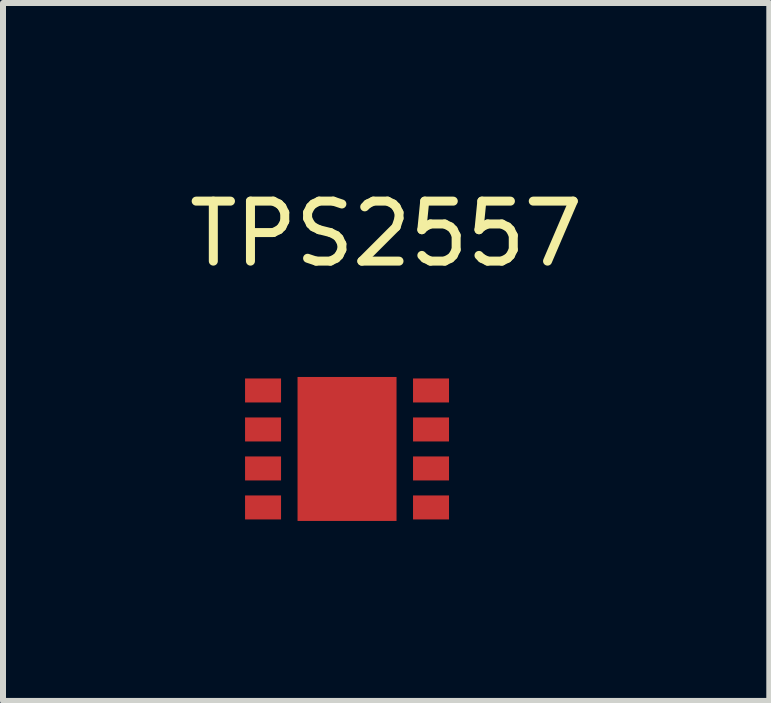
<source format=kicad_pcb>
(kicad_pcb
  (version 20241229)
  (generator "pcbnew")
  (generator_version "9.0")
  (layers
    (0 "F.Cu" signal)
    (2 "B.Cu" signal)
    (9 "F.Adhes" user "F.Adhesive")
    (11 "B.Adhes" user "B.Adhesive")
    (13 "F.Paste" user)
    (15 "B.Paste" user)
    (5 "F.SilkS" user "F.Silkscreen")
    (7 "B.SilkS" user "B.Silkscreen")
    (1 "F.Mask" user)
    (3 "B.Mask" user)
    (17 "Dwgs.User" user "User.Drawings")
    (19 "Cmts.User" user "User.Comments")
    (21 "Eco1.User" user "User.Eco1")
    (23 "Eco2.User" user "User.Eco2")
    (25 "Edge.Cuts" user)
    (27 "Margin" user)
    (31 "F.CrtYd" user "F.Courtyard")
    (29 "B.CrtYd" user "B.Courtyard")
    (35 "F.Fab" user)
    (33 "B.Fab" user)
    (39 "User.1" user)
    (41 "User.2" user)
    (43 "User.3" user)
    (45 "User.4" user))
  (footprint "TPS2557"
    (layer "F.Cu")
    (at 1.335 3.459)
    (property "Reference" "TPS2557" (at 2.052 -2.611 0) (layer "F.SilkS") (effects (font (size 1 1) (thickness 0.15))))
    (attr through_hole)
    (pad "1" smd rect (at 0 0) (size 0.6 0.4) (layers "F.Cu" "F.Mask" "F.Paste"))
    (pad "1" smd rect (at 1.4 0.975) (size 1.65 2.4) (layers "F.Cu" "F.Mask" "F.Paste"))
    (pad "2" smd rect (at 0 0.65) (size 0.6 0.4) (layers "F.Cu" "F.Mask" "F.Paste"))
    (pad "3" smd rect (at 0 1.3) (size 0.6 0.4) (layers "F.Cu" "F.Mask" "F.Paste"))
    (pad "4" smd rect (at 0 1.95) (size 0.6 0.4) (layers "F.Cu" "F.Mask" "F.Paste"))
    (pad "5" smd rect (at 2.8 1.95) (size 0.6 0.4) (layers "F.Cu" "F.Mask" "F.Paste"))
    (pad "6" smd rect (at 2.8 1.3) (size 0.6 0.4) (layers "F.Cu" "F.Mask" "F.Paste"))
    (pad "7" smd rect (at 2.8 0.65) (size 0.6 0.4) (layers "F.Cu" "F.Mask" "F.Paste"))
    (pad "8" smd rect (at 2.8 0) (size 0.6 0.4) (layers "F.Cu" "F.Mask" "F.Paste")))
  (gr_rect
    (start -3 -3)
    (end 9.774 8.634)
    (stroke (width 0.1) (type default))
    (fill no)
    (layer "Edge.Cuts")))
</source>
